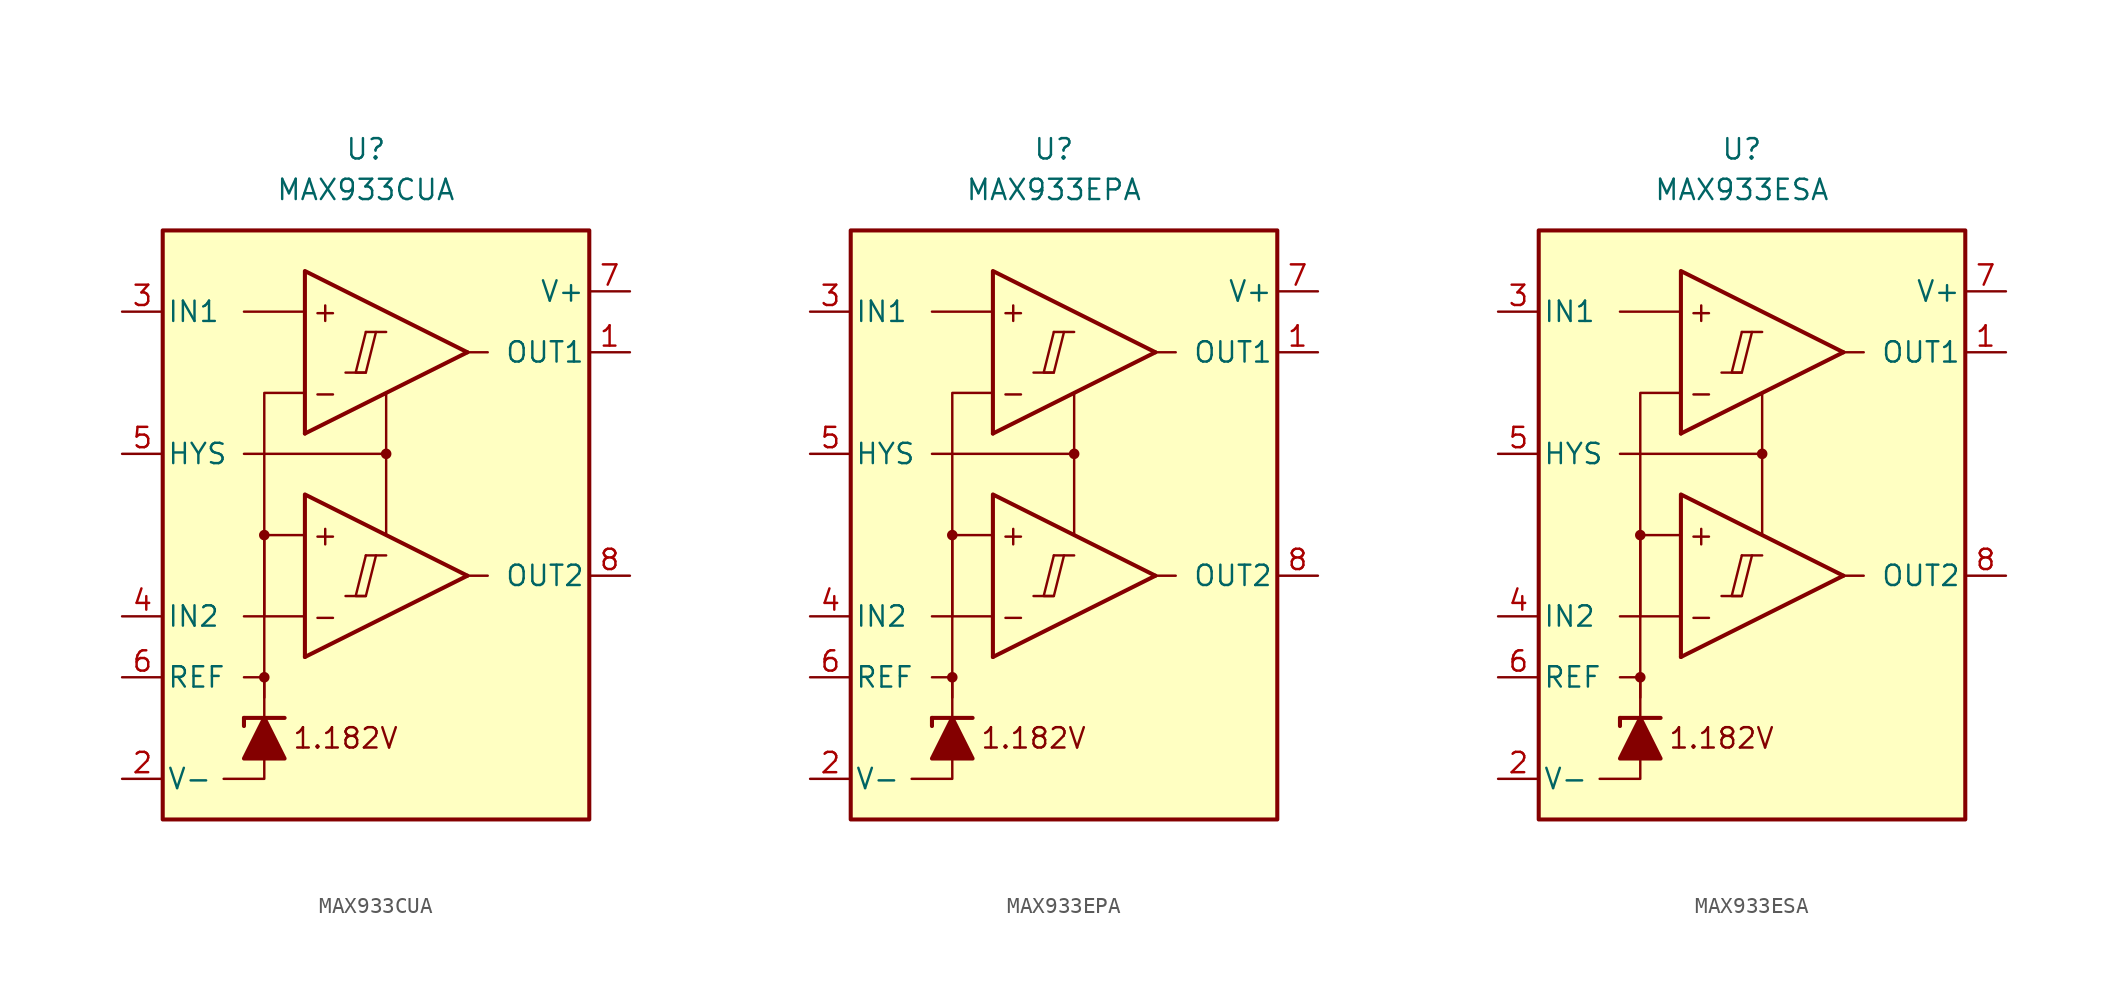
<source format=kicad_sym>
(kicad_symbol_lib
  (version 20231120)
  (generator "kicad_symbol_editor")
  (generator_version "8.0")
  (symbol "MAX933CUA"
    (pin_names
      (offset 0.254))
    (property "Reference" "U"
      (at -1.27 22.86 0)
      (effects (font (size 1.27 1.27))))
    (property "Value" "MAX933CUA"
      (at -1.27 20.32 0)
      (effects (font (size 1.27 1.27))))
    (symbol "MAX933CUA_0_0"
      (rectangle (start -13.97 17.78) (end 12.7 -19.05) (stroke (width 0.254) (type default)) (fill (type background)))
      (circle (center -7.62 -10.16) (radius 0.254) (stroke (width 0.152) (type default)) (fill (type outline)))
      (circle (center -7.62 -1.27) (radius 0.254) (stroke (width 0.152) (type default)) (fill (type outline)))
      (polyline (pts (xy -2.54 -5.08) (xy -1.27 -5.08)) (stroke (width 0.152) (type default)) (fill (type none)))
      (polyline (pts (xy -2.54 8.89) (xy -1.27 8.89)) (stroke (width 0.152) (type default)) (fill (type none)))
      (polyline (pts (xy -1.27 -2.54) (xy 0 -2.54)) (stroke (width 0.152) (type default)) (fill (type none)))
      (polyline (pts (xy -1.27 11.43) (xy 0 11.43)) (stroke (width 0.152) (type default)) (fill (type none)))
      (polyline (pts (xy 5.08 -3.81) (xy -5.08 -8.89)) (stroke (width 0.254) (type default)) (fill (type none)))
      (polyline (pts (xy 5.08 10.16) (xy -5.08 5.08)) (stroke (width 0.254) (type default)) (fill (type none)))
      (polyline (pts (xy 5.08 -3.81) (xy -5.08 1.27) (xy -5.08 -8.89)) (stroke (width 0.254) (type default)) (fill (type background)))
      (polyline (pts (xy 5.08 10.16) (xy -5.08 15.24) (xy -5.08 5.08)) (stroke (width 0.254) (type default)) (fill (type background)))
      (polyline (pts (xy -1.27 -2.54) (xy -1.905 -5.08) (xy -1.27 -5.08) (xy -0.635 -2.54)) (stroke (width 0.152) (type default)) (fill (type none)))
      (polyline (pts (xy -1.27 11.43) (xy -1.905 8.89) (xy -1.27 8.89) (xy -0.635 11.43)) (stroke (width 0.152) (type default)) (fill (type none)))
      (circle (center 0 3.81) (radius 0.254) (stroke (width 0.152) (type default)) (fill (type outline)))
      (text "+" (at -3.81 -1.27 0) (effects (font (size 1.27 1.27))))
      (text "+" (at -3.81 12.7 0) (effects (font (size 1.27 1.27))))
      (text "-" (at -3.81 -6.35 0) (effects (font (size 1.27 1.27))))
      (text "-" (at -3.81 7.62 0) (effects (font (size 1.27 1.27))))
      (text "1.182V" (at -2.54 -13.97 0) (effects (font (size 1.27 1.27)))))
    (symbol "MAX933CUA_0_1"
      (polyline (pts (xy -8.89 -12.7) (xy -8.89 -13.208)) (stroke (width 0.254) (type default)) (fill (type none)))
      (polyline (pts (xy -8.89 -12.7) (xy -6.35 -12.7)) (stroke (width 0.254) (type default)) (fill (type none)))
      (polyline (pts (xy -5.08 -6.35) (xy -8.89 -6.35)) (stroke (width 0) (type default)) (fill (type none)))
      (polyline (pts (xy -5.08 12.7) (xy -8.89 12.7)) (stroke (width 0) (type default)) (fill (type none)))
      (polyline (pts (xy 0 3.81) (xy 0 -1.27)) (stroke (width 0) (type default)) (fill (type none)))
      (polyline (pts (xy 5.08 -3.81) (xy 6.35 -3.81)) (stroke (width 0) (type default)) (fill (type none)))
      (polyline (pts (xy 5.08 10.16) (xy 6.35 10.16)) (stroke (width 0) (type default)) (fill (type none)))
      (polyline (pts (xy -7.62 -15.24) (xy -7.62 -16.51) (xy -10.16 -16.51)) (stroke (width 0) (type default)) (fill (type none)))
      (polyline (pts (xy -7.62 -12.7) (xy -7.62 -10.16) (xy -8.89 -10.16)) (stroke (width 0) (type default)) (fill (type none)))
      (polyline (pts (xy -7.62 -11.43) (xy -7.62 -1.27) (xy -5.08 -1.27)) (stroke (width 0) (type default)) (fill (type none)))
      (polyline (pts (xy -7.62 -6.35) (xy -7.62 7.62) (xy -5.08 7.62)) (stroke (width 0) (type default)) (fill (type none)))
      (polyline (pts (xy 0 7.62) (xy 0 3.81) (xy -8.89 3.81)) (stroke (width 0) (type default)) (fill (type none)))
      (polyline (pts (xy -6.35 -15.24) (xy -8.89 -15.24) (xy -7.62 -12.7) (xy -6.35 -15.24)) (stroke (width 0.254) (type default)) (fill (type outline))))
    (symbol "MAX933CUA_1_1"
      (pin output line (at 15.24 10.16 180) (length 2.54) (name "OUT1" (effects (font (size 1.27 1.27)))) (number "1" (effects (font (size 1.27 1.27)))))
      (pin power_in line (at -16.51 -16.51 0) (length 2.54) (name "V-" (effects (font (size 1.27 1.27)))) (number "2" (effects (font (size 1.27 1.27)))))
      (pin input line (at -16.51 12.7 0) (length 2.54) (name "IN1" (effects (font (size 1.27 1.27)))) (number "3" (effects (font (size 1.27 1.27)))))
      (pin input line (at -16.51 -6.35 0) (length 2.54) (name "IN2" (effects (font (size 1.27 1.27)))) (number "4" (effects (font (size 1.27 1.27)))))
      (pin input line (at -16.51 3.81 0) (length 2.54) (name "HYS" (effects (font (size 1.27 1.27)))) (number "5" (effects (font (size 1.27 1.27)))))
      (pin output line (at -16.51 -10.16 0) (length 2.54) (name "REF" (effects (font (size 1.27 1.27)))) (number "6" (effects (font (size 1.27 1.27)))))
      (pin power_in line (at 15.24 13.97 180) (length 2.54) (name "V+" (effects (font (size 1.27 1.27)))) (number "7" (effects (font (size 1.27 1.27)))))
      (pin output line (at 15.24 -3.81 180) (length 2.54) (name "OUT2" (effects (font (size 1.27 1.27)))) (number "8" (effects (font (size 1.27 1.27)))))))
  (symbol "MAX933EPA"
    (pin_names
      (offset 0.254))
    (property "Reference" "U"
      (at -1.27 22.86 0)
      (effects (font (size 1.27 1.27))))
    (property "Value" "MAX933EPA"
      (at -1.27 20.32 0)
      (effects (font (size 1.27 1.27))))
    (symbol "MAX933EPA_0_0"
      (rectangle (start -13.97 17.78) (end 12.7 -19.05) (stroke (width 0.254) (type default)) (fill (type background)))
      (circle (center -7.62 -10.16) (radius 0.254) (stroke (width 0.152) (type default)) (fill (type outline)))
      (circle (center -7.62 -1.27) (radius 0.254) (stroke (width 0.152) (type default)) (fill (type outline)))
      (polyline (pts (xy -2.54 -5.08) (xy -1.27 -5.08)) (stroke (width 0.152) (type default)) (fill (type none)))
      (polyline (pts (xy -2.54 8.89) (xy -1.27 8.89)) (stroke (width 0.152) (type default)) (fill (type none)))
      (polyline (pts (xy -1.27 -2.54) (xy 0 -2.54)) (stroke (width 0.152) (type default)) (fill (type none)))
      (polyline (pts (xy -1.27 11.43) (xy 0 11.43)) (stroke (width 0.152) (type default)) (fill (type none)))
      (polyline (pts (xy 5.08 -3.81) (xy -5.08 -8.89)) (stroke (width 0.254) (type default)) (fill (type none)))
      (polyline (pts (xy 5.08 10.16) (xy -5.08 5.08)) (stroke (width 0.254) (type default)) (fill (type none)))
      (polyline (pts (xy 5.08 -3.81) (xy -5.08 1.27) (xy -5.08 -8.89)) (stroke (width 0.254) (type default)) (fill (type background)))
      (polyline (pts (xy 5.08 10.16) (xy -5.08 15.24) (xy -5.08 5.08)) (stroke (width 0.254) (type default)) (fill (type background)))
      (polyline (pts (xy -1.27 -2.54) (xy -1.905 -5.08) (xy -1.27 -5.08) (xy -0.635 -2.54)) (stroke (width 0.152) (type default)) (fill (type none)))
      (polyline (pts (xy -1.27 11.43) (xy -1.905 8.89) (xy -1.27 8.89) (xy -0.635 11.43)) (stroke (width 0.152) (type default)) (fill (type none)))
      (circle (center 0 3.81) (radius 0.254) (stroke (width 0.152) (type default)) (fill (type outline)))
      (text "+" (at -3.81 -1.27 0) (effects (font (size 1.27 1.27))))
      (text "+" (at -3.81 12.7 0) (effects (font (size 1.27 1.27))))
      (text "-" (at -3.81 -6.35 0) (effects (font (size 1.27 1.27))))
      (text "-" (at -3.81 7.62 0) (effects (font (size 1.27 1.27))))
      (text "1.182V" (at -2.54 -13.97 0) (effects (font (size 1.27 1.27)))))
    (symbol "MAX933EPA_0_1"
      (polyline (pts (xy -8.89 -12.7) (xy -8.89 -13.208)) (stroke (width 0.254) (type default)) (fill (type none)))
      (polyline (pts (xy -8.89 -12.7) (xy -6.35 -12.7)) (stroke (width 0.254) (type default)) (fill (type none)))
      (polyline (pts (xy -5.08 -6.35) (xy -8.89 -6.35)) (stroke (width 0) (type default)) (fill (type none)))
      (polyline (pts (xy -5.08 12.7) (xy -8.89 12.7)) (stroke (width 0) (type default)) (fill (type none)))
      (polyline (pts (xy 0 3.81) (xy 0 -1.27)) (stroke (width 0) (type default)) (fill (type none)))
      (polyline (pts (xy 5.08 -3.81) (xy 6.35 -3.81)) (stroke (width 0) (type default)) (fill (type none)))
      (polyline (pts (xy 5.08 10.16) (xy 6.35 10.16)) (stroke (width 0) (type default)) (fill (type none)))
      (polyline (pts (xy -7.62 -15.24) (xy -7.62 -16.51) (xy -10.16 -16.51)) (stroke (width 0) (type default)) (fill (type none)))
      (polyline (pts (xy -7.62 -12.7) (xy -7.62 -10.16) (xy -8.89 -10.16)) (stroke (width 0) (type default)) (fill (type none)))
      (polyline (pts (xy -7.62 -11.43) (xy -7.62 -1.27) (xy -5.08 -1.27)) (stroke (width 0) (type default)) (fill (type none)))
      (polyline (pts (xy -7.62 -6.35) (xy -7.62 7.62) (xy -5.08 7.62)) (stroke (width 0) (type default)) (fill (type none)))
      (polyline (pts (xy 0 7.62) (xy 0 3.81) (xy -8.89 3.81)) (stroke (width 0) (type default)) (fill (type none)))
      (polyline (pts (xy -6.35 -15.24) (xy -8.89 -15.24) (xy -7.62 -12.7) (xy -6.35 -15.24)) (stroke (width 0.254) (type default)) (fill (type outline))))
    (symbol "MAX933EPA_1_1"
      (pin output line (at 15.24 10.16 180) (length 2.54) (name "OUT1" (effects (font (size 1.27 1.27)))) (number "1" (effects (font (size 1.27 1.27)))))
      (pin power_in line (at -16.51 -16.51 0) (length 2.54) (name "V-" (effects (font (size 1.27 1.27)))) (number "2" (effects (font (size 1.27 1.27)))))
      (pin input line (at -16.51 12.7 0) (length 2.54) (name "IN1" (effects (font (size 1.27 1.27)))) (number "3" (effects (font (size 1.27 1.27)))))
      (pin input line (at -16.51 -6.35 0) (length 2.54) (name "IN2" (effects (font (size 1.27 1.27)))) (number "4" (effects (font (size 1.27 1.27)))))
      (pin input line (at -16.51 3.81 0) (length 2.54) (name "HYS" (effects (font (size 1.27 1.27)))) (number "5" (effects (font (size 1.27 1.27)))))
      (pin output line (at -16.51 -10.16 0) (length 2.54) (name "REF" (effects (font (size 1.27 1.27)))) (number "6" (effects (font (size 1.27 1.27)))))
      (pin power_in line (at 15.24 13.97 180) (length 2.54) (name "V+" (effects (font (size 1.27 1.27)))) (number "7" (effects (font (size 1.27 1.27)))))
      (pin output line (at 15.24 -3.81 180) (length 2.54) (name "OUT2" (effects (font (size 1.27 1.27)))) (number "8" (effects (font (size 1.27 1.27)))))))
  (symbol "MAX933ESA"
    (pin_names
      (offset 0.254))
    (property "Reference" "U"
      (at -1.27 22.86 0)
      (effects (font (size 1.27 1.27))))
    (property "Value" "MAX933ESA"
      (at -1.27 20.32 0)
      (effects (font (size 1.27 1.27))))
    (symbol "MAX933ESA_0_0"
      (rectangle (start -13.97 17.78) (end 12.7 -19.05) (stroke (width 0.254) (type default)) (fill (type background)))
      (circle (center -7.62 -10.16) (radius 0.254) (stroke (width 0.152) (type default)) (fill (type outline)))
      (circle (center -7.62 -1.27) (radius 0.254) (stroke (width 0.152) (type default)) (fill (type outline)))
      (polyline (pts (xy -2.54 -5.08) (xy -1.27 -5.08)) (stroke (width 0.152) (type default)) (fill (type none)))
      (polyline (pts (xy -2.54 8.89) (xy -1.27 8.89)) (stroke (width 0.152) (type default)) (fill (type none)))
      (polyline (pts (xy -1.27 -2.54) (xy 0 -2.54)) (stroke (width 0.152) (type default)) (fill (type none)))
      (polyline (pts (xy -1.27 11.43) (xy 0 11.43)) (stroke (width 0.152) (type default)) (fill (type none)))
      (polyline (pts (xy 5.08 -3.81) (xy -5.08 -8.89)) (stroke (width 0.254) (type default)) (fill (type none)))
      (polyline (pts (xy 5.08 10.16) (xy -5.08 5.08)) (stroke (width 0.254) (type default)) (fill (type none)))
      (polyline (pts (xy 5.08 -3.81) (xy -5.08 1.27) (xy -5.08 -8.89)) (stroke (width 0.254) (type default)) (fill (type background)))
      (polyline (pts (xy 5.08 10.16) (xy -5.08 15.24) (xy -5.08 5.08)) (stroke (width 0.254) (type default)) (fill (type background)))
      (polyline (pts (xy -1.27 -2.54) (xy -1.905 -5.08) (xy -1.27 -5.08) (xy -0.635 -2.54)) (stroke (width 0.152) (type default)) (fill (type none)))
      (polyline (pts (xy -1.27 11.43) (xy -1.905 8.89) (xy -1.27 8.89) (xy -0.635 11.43)) (stroke (width 0.152) (type default)) (fill (type none)))
      (circle (center 0 3.81) (radius 0.254) (stroke (width 0.152) (type default)) (fill (type outline)))
      (text "+" (at -3.81 -1.27 0) (effects (font (size 1.27 1.27))))
      (text "+" (at -3.81 12.7 0) (effects (font (size 1.27 1.27))))
      (text "-" (at -3.81 -6.35 0) (effects (font (size 1.27 1.27))))
      (text "-" (at -3.81 7.62 0) (effects (font (size 1.27 1.27))))
      (text "1.182V" (at -2.54 -13.97 0) (effects (font (size 1.27 1.27)))))
    (symbol "MAX933ESA_0_1"
      (polyline (pts (xy -8.89 -12.7) (xy -8.89 -13.208)) (stroke (width 0.254) (type default)) (fill (type none)))
      (polyline (pts (xy -8.89 -12.7) (xy -6.35 -12.7)) (stroke (width 0.254) (type default)) (fill (type none)))
      (polyline (pts (xy -5.08 -6.35) (xy -8.89 -6.35)) (stroke (width 0) (type default)) (fill (type none)))
      (polyline (pts (xy -5.08 12.7) (xy -8.89 12.7)) (stroke (width 0) (type default)) (fill (type none)))
      (polyline (pts (xy 0 3.81) (xy 0 -1.27)) (stroke (width 0) (type default)) (fill (type none)))
      (polyline (pts (xy 5.08 -3.81) (xy 6.35 -3.81)) (stroke (width 0) (type default)) (fill (type none)))
      (polyline (pts (xy 5.08 10.16) (xy 6.35 10.16)) (stroke (width 0) (type default)) (fill (type none)))
      (polyline (pts (xy -7.62 -15.24) (xy -7.62 -16.51) (xy -10.16 -16.51)) (stroke (width 0) (type default)) (fill (type none)))
      (polyline (pts (xy -7.62 -12.7) (xy -7.62 -10.16) (xy -8.89 -10.16)) (stroke (width 0) (type default)) (fill (type none)))
      (polyline (pts (xy -7.62 -11.43) (xy -7.62 -1.27) (xy -5.08 -1.27)) (stroke (width 0) (type default)) (fill (type none)))
      (polyline (pts (xy -7.62 -6.35) (xy -7.62 7.62) (xy -5.08 7.62)) (stroke (width 0) (type default)) (fill (type none)))
      (polyline (pts (xy 0 7.62) (xy 0 3.81) (xy -8.89 3.81)) (stroke (width 0) (type default)) (fill (type none)))
      (polyline (pts (xy -6.35 -15.24) (xy -8.89 -15.24) (xy -7.62 -12.7) (xy -6.35 -15.24)) (stroke (width 0.254) (type default)) (fill (type outline))))
    (symbol "MAX933ESA_1_1"
      (pin output line (at 15.24 10.16 180) (length 2.54) (name "OUT1" (effects (font (size 1.27 1.27)))) (number "1" (effects (font (size 1.27 1.27)))))
      (pin power_in line (at -16.51 -16.51 0) (length 2.54) (name "V-" (effects (font (size 1.27 1.27)))) (number "2" (effects (font (size 1.27 1.27)))))
      (pin input line (at -16.51 12.7 0) (length 2.54) (name "IN1" (effects (font (size 1.27 1.27)))) (number "3" (effects (font (size 1.27 1.27)))))
      (pin input line (at -16.51 -6.35 0) (length 2.54) (name "IN2" (effects (font (size 1.27 1.27)))) (number "4" (effects (font (size 1.27 1.27)))))
      (pin input line (at -16.51 3.81 0) (length 2.54) (name "HYS" (effects (font (size 1.27 1.27)))) (number "5" (effects (font (size 1.27 1.27)))))
      (pin output line (at -16.51 -10.16 0) (length 2.54) (name "REF" (effects (font (size 1.27 1.27)))) (number "6" (effects (font (size 1.27 1.27)))))
      (pin power_in line (at 15.24 13.97 180) (length 2.54) (name "V+" (effects (font (size 1.27 1.27)))) (number "7" (effects (font (size 1.27 1.27)))))
      (pin output line (at 15.24 -3.81 180) (length 2.54) (name "OUT2" (effects (font (size 1.27 1.27)))) (number "8" (effects (font (size 1.27 1.27))))))))
</source>
